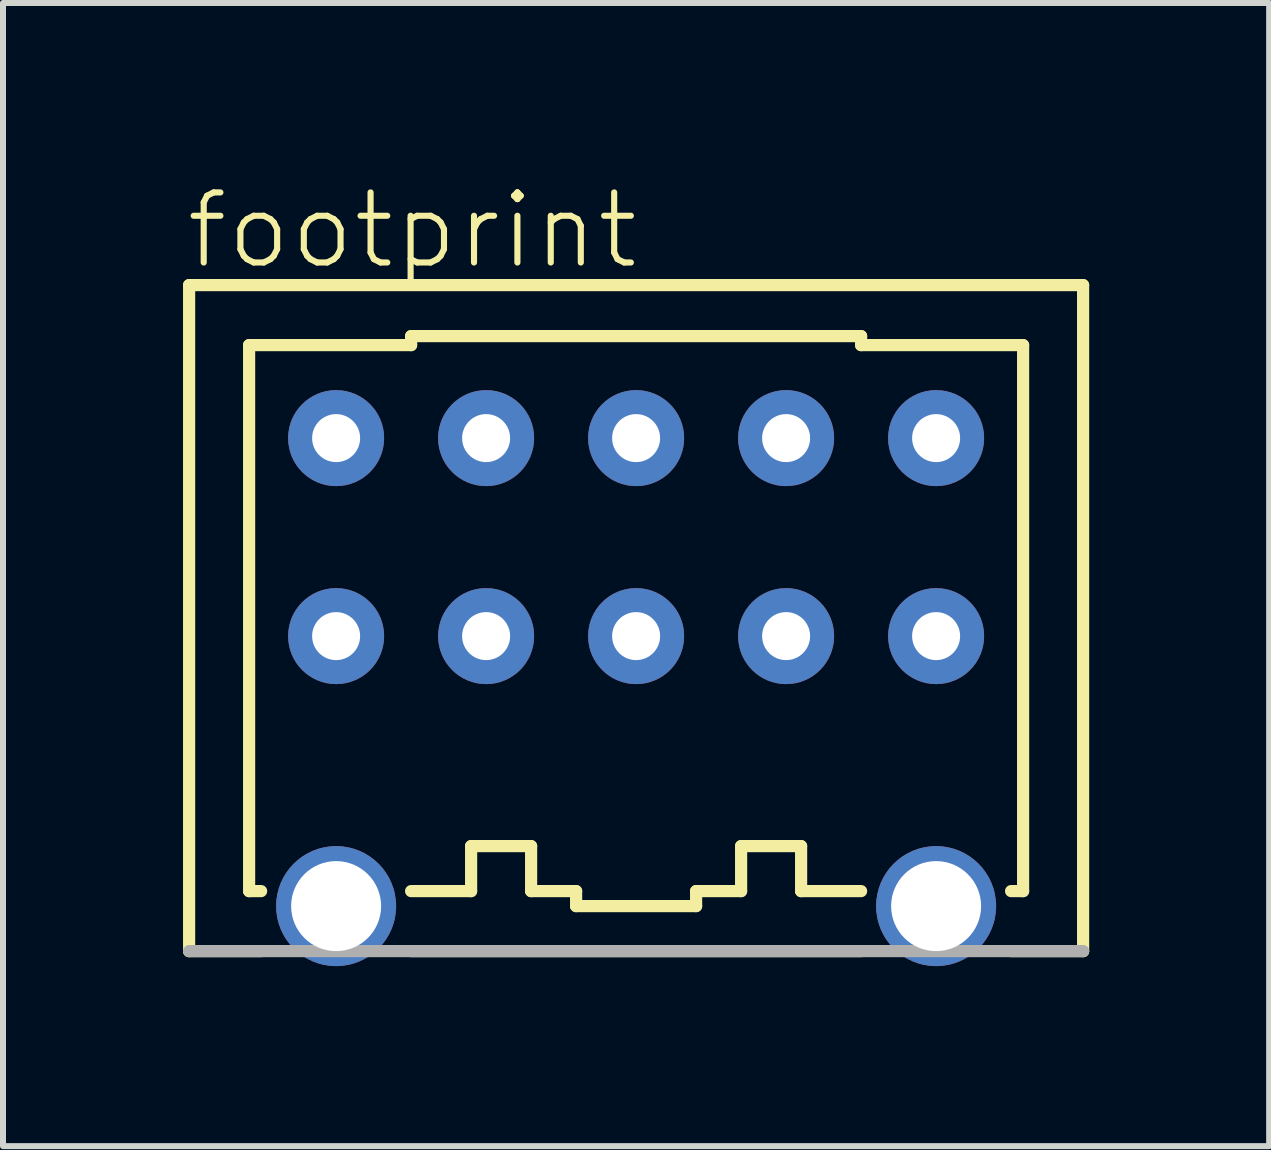
<source format=kicad_pcb>
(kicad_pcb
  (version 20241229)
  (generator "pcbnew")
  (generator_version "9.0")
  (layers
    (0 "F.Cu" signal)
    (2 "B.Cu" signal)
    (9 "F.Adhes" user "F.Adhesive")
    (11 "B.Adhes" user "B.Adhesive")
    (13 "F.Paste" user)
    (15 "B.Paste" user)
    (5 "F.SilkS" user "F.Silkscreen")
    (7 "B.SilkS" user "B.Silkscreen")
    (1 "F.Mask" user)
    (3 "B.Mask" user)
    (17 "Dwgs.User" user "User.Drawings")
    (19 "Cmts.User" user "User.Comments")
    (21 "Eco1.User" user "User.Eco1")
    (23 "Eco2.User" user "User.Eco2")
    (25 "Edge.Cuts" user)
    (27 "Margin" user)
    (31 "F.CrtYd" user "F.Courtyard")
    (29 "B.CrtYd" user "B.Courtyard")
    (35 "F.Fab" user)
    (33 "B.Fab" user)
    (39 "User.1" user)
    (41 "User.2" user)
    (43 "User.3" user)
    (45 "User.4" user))
  (footprint "footprint"
    (layer "F.Cu")
    (at 7.552 7.552)
    (property "Reference" "footprint" (at -7.552 -6.079 0) (layer "F.SilkS") (effects (font (size 1.168 1.168) (thickness 0.102)) (justify left bottom)))
    (fp_line (start -7.45 -5.85) (end 7.45 -5.85) (stroke (width 0.203) (type solid)) (layer "F.SilkS"))
    (fp_line (start -7.45 5.25) (end -7.45 -5.85) (stroke (width 0.203) (type solid)) (layer "F.SilkS"))
    (fp_line (start -6.45 -4.85) (end -3.75 -4.85) (stroke (width 0.203) (type solid)) (layer "F.SilkS"))
    (fp_line (start -6.45 4.25) (end -6.45 -4.85) (stroke (width 0.203) (type solid)) (layer "F.SilkS"))
    (fp_line (start -6.25 4.25) (end -6.45 4.25) (stroke (width 0.203) (type solid)) (layer "F.SilkS"))
    (fp_line (start -6.25 5.25) (end -7.45 5.25) (stroke (width 0.203) (type solid)) (layer "F.SilkS"))
    (fp_line (start -3.75 -5) (end 3.75 -5) (stroke (width 0.203) (type solid)) (layer "F.SilkS"))
    (fp_line (start -3.75 -4.85) (end -3.75 -5) (stroke (width 0.203) (type solid)) (layer "F.SilkS"))
    (fp_line (start -2.75 3.5) (end -2.75 4.25) (stroke (width 0.203) (type solid)) (layer "F.SilkS"))
    (fp_line (start -2.75 4.25) (end -3.75 4.25) (stroke (width 0.203) (type solid)) (layer "F.SilkS"))
    (fp_line (start -1.75 3.5) (end -2.75 3.5) (stroke (width 0.203) (type solid)) (layer "F.SilkS"))
    (fp_line (start -1.75 4.25) (end -1.75 3.5) (stroke (width 0.203) (type solid)) (layer "F.SilkS"))
    (fp_line (start -1 4.25) (end -1.75 4.25) (stroke (width 0.203) (type solid)) (layer "F.SilkS"))
    (fp_line (start -1 4.5) (end -1 4.25) (stroke (width 0.203) (type solid)) (layer "F.SilkS"))
    (fp_line (start 1 4.25) (end 1 4.5) (stroke (width 0.203) (type solid)) (layer "F.SilkS"))
    (fp_line (start 1 4.5) (end -1 4.5) (stroke (width 0.203) (type solid)) (layer "F.SilkS"))
    (fp_line (start 1.75 3.5) (end 1.75 4.25) (stroke (width 0.203) (type solid)) (layer "F.SilkS"))
    (fp_line (start 1.75 4.25) (end 1 4.25) (stroke (width 0.203) (type solid)) (layer "F.SilkS"))
    (fp_line (start 2.75 3.5) (end 1.75 3.5) (stroke (width 0.203) (type solid)) (layer "F.SilkS"))
    (fp_line (start 2.75 4.25) (end 2.75 3.5) (stroke (width 0.203) (type solid)) (layer "F.SilkS"))
    (fp_line (start 3.75 -5) (end 3.75 -4.85) (stroke (width 0.203) (type solid)) (layer "F.SilkS"))
    (fp_line (start 3.75 -4.85) (end 6.45 -4.85) (stroke (width 0.203) (type solid)) (layer "F.SilkS"))
    (fp_line (start 3.75 4.25) (end 2.75 4.25) (stroke (width 0.203) (type solid)) (layer "F.SilkS"))
    (fp_line (start 3.75 5.25) (end -3.75 5.25) (stroke (width 0.203) (type solid)) (layer "F.SilkS"))
    (fp_line (start 6.45 -4.85) (end 6.45 4.25) (stroke (width 0.203) (type solid)) (layer "F.SilkS"))
    (fp_line (start 6.45 4.25) (end 6.25 4.25) (stroke (width 0.203) (type solid)) (layer "F.SilkS"))
    (fp_line (start 7.45 -5.85) (end 7.45 5.25) (stroke (width 0.203) (type solid)) (layer "F.SilkS"))
    (fp_line (start 7.45 5.25) (end 6.25 5.25) (stroke (width 0.203) (type solid)) (layer "F.SilkS"))
    (fp_line (start 7.45 5.25) (end -7.45 5.25) (stroke (width 0.203) (type solid)) (layer "F.Fab"))
    (pad "A1" thru_hole circle (at 5 -3.3 180) (size 1.6 1.6) (drill 0.8) (layers "*.Cu" "*.Mask"))
    (pad "A2" thru_hole circle (at 2.5 -3.3 180) (size 1.6 1.6) (drill 0.8) (layers "*.Cu" "*.Mask"))
    (pad "A3" thru_hole circle (at 0 -3.3 180) (size 1.6 1.6) (drill 0.8) (layers "*.Cu" "*.Mask"))
    (pad "A4" thru_hole circle (at -2.5 -3.3 180) (size 1.6 1.6) (drill 0.8) (layers "*.Cu" "*.Mask"))
    (pad "A5" thru_hole circle (at -5 -3.3 180) (size 1.6 1.6) (drill 0.8) (layers "*.Cu" "*.Mask"))
    (pad "B1" thru_hole circle (at 5 0 180) (size 1.6 1.6) (drill 0.8) (layers "*.Cu" "*.Mask"))
    (pad "B2" thru_hole circle (at 2.5 0 180) (size 1.6 1.6) (drill 0.8) (layers "*.Cu" "*.Mask"))
    (pad "B3" thru_hole circle (at 0 0 180) (size 1.6 1.6) (drill 0.8) (layers "*.Cu" "*.Mask"))
    (pad "B4" thru_hole circle (at -2.5 0 180) (size 1.6 1.6) (drill 0.8) (layers "*.Cu" "*.Mask"))
    (pad "B5" thru_hole circle (at -5 0 180) (size 1.6 1.6) (drill 0.8) (layers "*.Cu" "*.Mask"))
    (pad "M1" thru_hole circle (at 5 4.5) (size 2 2) (drill 1.5) (layers "*.Cu" "*.Mask"))
    (pad "M2" thru_hole circle (at -5 4.5) (size 2 2) (drill 1.5) (layers "*.Cu" "*.Mask")))
  (gr_rect
    (start -3 -3)
    (end 18.103 16.052)
    (stroke (width 0.1) (type default))
    (fill no)
    (layer "Edge.Cuts")))
</source>
